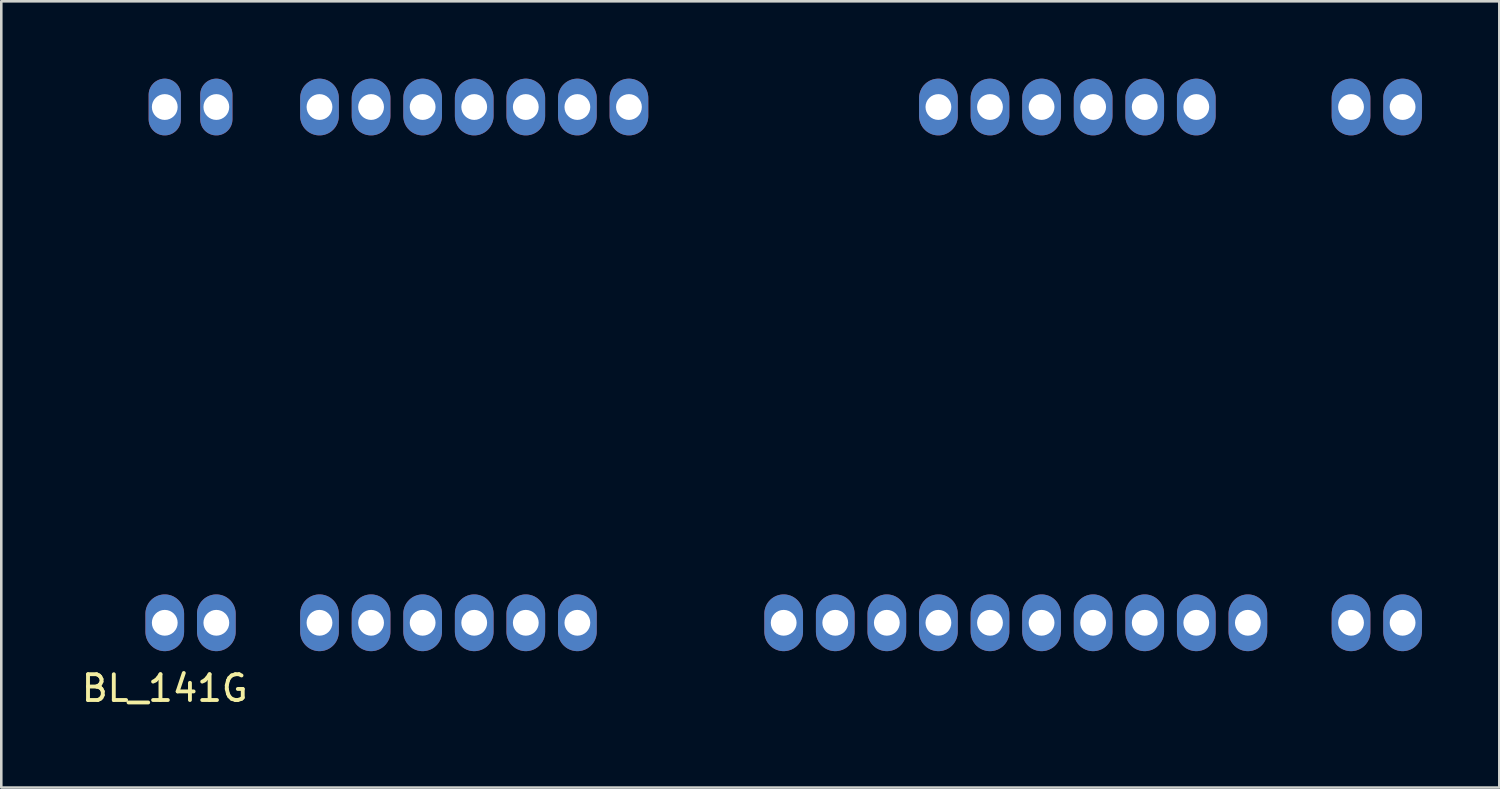
<source format=kicad_pcb>
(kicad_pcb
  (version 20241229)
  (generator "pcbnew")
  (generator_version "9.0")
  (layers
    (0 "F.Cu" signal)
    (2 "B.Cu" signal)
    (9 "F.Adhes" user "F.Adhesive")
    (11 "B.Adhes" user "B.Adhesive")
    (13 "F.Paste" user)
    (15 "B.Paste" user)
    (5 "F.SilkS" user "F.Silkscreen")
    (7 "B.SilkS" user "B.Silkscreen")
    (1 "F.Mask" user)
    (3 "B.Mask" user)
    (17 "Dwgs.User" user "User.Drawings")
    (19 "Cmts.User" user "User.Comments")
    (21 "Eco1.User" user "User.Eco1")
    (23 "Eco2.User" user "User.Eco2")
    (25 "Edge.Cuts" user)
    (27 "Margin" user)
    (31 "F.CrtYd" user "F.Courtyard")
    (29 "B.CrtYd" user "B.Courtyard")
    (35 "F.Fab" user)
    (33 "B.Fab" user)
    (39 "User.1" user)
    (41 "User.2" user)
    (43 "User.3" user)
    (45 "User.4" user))
  (footprint "BL_141G"
    (layer "F.Cu")
    (at 3.339 21.1)
    (property "Reference" "BL_141G" (at 0 2.54 0) (layer "F.SilkS") (effects (font (size 1 1) (thickness 0.15))))
    (attr through_hole)
    (pad "1" thru_hole oval (at 0 0) (size 1.5 2.2) (drill 1) (layers "*.Cu" "*.Mask"))
    (pad "2" thru_hole oval (at 2 0) (size 1.5 2.2) (drill 1) (layers "*.Cu" "*.Mask"))
    (pad "3" thru_hole oval (at 6 0) (size 1.5 2.2) (drill 1) (layers "*.Cu" "*.Mask"))
    (pad "4" thru_hole oval (at 8 0) (size 1.5 2.2) (drill 1) (layers "*.Cu" "*.Mask"))
    (pad "5" thru_hole oval (at 10 0) (size 1.5 2.2) (drill 1) (layers "*.Cu" "*.Mask"))
    (pad "6" thru_hole oval (at 12 0) (size 1.5 2.2) (drill 1) (layers "*.Cu" "*.Mask"))
    (pad "7" thru_hole oval (at 14 0) (size 1.5 2.2) (drill 1) (layers "*.Cu" "*.Mask"))
    (pad "8" thru_hole oval (at 16 0) (size 1.5 2.2) (drill 1) (layers "*.Cu" "*.Mask"))
    (pad "9" thru_hole oval (at 24 0) (size 1.5 2.2) (drill 1) (layers "*.Cu" "*.Mask"))
    (pad "10" thru_hole oval (at 26 0) (size 1.5 2.2) (drill 1) (layers "*.Cu" "*.Mask"))
    (pad "11" thru_hole oval (at 28 0) (size 1.5 2.2) (drill 1) (layers "*.Cu" "*.Mask"))
    (pad "12" thru_hole oval (at 30 0) (size 1.5 2.2) (drill 1) (layers "*.Cu" "*.Mask"))
    (pad "13" thru_hole oval (at 32 0) (size 1.5 2.2) (drill 1) (layers "*.Cu" "*.Mask"))
    (pad "14" thru_hole oval (at 34 0) (size 1.5 2.2) (drill 1) (layers "*.Cu" "*.Mask"))
    (pad "15" thru_hole oval (at 36 0) (size 1.5 2.2) (drill 1) (layers "*.Cu" "*.Mask"))
    (pad "16" thru_hole oval (at 38 0) (size 1.5 2.2) (drill 1) (layers "*.Cu" "*.Mask"))
    (pad "17" thru_hole oval (at 40 0) (size 1.5 2.2) (drill 1) (layers "*.Cu" "*.Mask"))
    (pad "18" thru_hole oval (at 42 0) (size 1.5 2.2) (drill 1) (layers "*.Cu" "*.Mask"))
    (pad "19" thru_hole oval (at 48 0) (size 1.5 2.2) (drill 1) (layers "*.Cu" "*.Mask"))
    (pad "20" thru_hole oval (at 46 0) (size 1.5 2.2) (drill 1) (layers "*.Cu" "*.Mask"))
    (pad "21" thru_hole oval (at 48 -20) (size 1.5 2.2) (drill 1) (layers "*.Cu" "*.Mask"))
    (pad "22" thru_hole oval (at 46 -20) (size 1.5 2.2) (drill 1) (layers "*.Cu" "*.Mask"))
    (pad "23" thru_hole oval (at 40 -20) (size 1.5 2.2) (drill 1) (layers "*.Cu" "*.Mask"))
    (pad "24" thru_hole oval (at 38 -20) (size 1.5 2.2) (drill 1) (layers "*.Cu" "*.Mask"))
    (pad "25" thru_hole oval (at 36 -20) (size 1.5 2.2) (drill 1) (layers "*.Cu" "*.Mask"))
    (pad "26" thru_hole oval (at 34 -20) (size 1.5 2.2) (drill 1) (layers "*.Cu" "*.Mask"))
    (pad "27" thru_hole oval (at 32 -20) (size 1.5 2.2) (drill 1) (layers "*.Cu" "*.Mask"))
    (pad "28" thru_hole oval (at 30 -20) (size 1.5 2.2) (drill 1) (layers "*.Cu" "*.Mask"))
    (pad "29" thru_hole oval (at 18 -20) (size 1.5 2.2) (drill 1) (layers "*.Cu" "*.Mask"))
    (pad "30" thru_hole oval (at 16 -20) (size 1.5 2.2) (drill 1) (layers "*.Cu" "*.Mask"))
    (pad "31" thru_hole oval (at 14 -20) (size 1.5 2.2) (drill 1) (layers "*.Cu" "*.Mask"))
    (pad "32" thru_hole oval (at 12 -20) (size 1.5 2.2) (drill 1) (layers "*.Cu" "*.Mask"))
    (pad "33" thru_hole oval (at 10 -20) (size 1.5 2.2) (drill 1) (layers "*.Cu" "*.Mask"))
    (pad "34" thru_hole oval (at 8 -20) (size 1.5 2.2) (drill 1) (layers "*.Cu" "*.Mask"))
    (pad "35" thru_hole oval (at 6 -20) (size 1.5 2.2) (drill 1) (layers "*.Cu" "*.Mask"))
    (pad "36" thru_hole oval (at 2 -20) (size 1.25 2.2) (drill 1) (layers "*.Cu" "*.Mask"))
    (pad "37" thru_hole oval (at 0 -20) (size 1.25 2.2) (drill 1) (layers "*.Cu" "*.Mask")))
  (gr_rect
    (start -3 -3)
    (end 55.089 27.488)
    (stroke (width 0.1) (type default))
    (fill no)
    (layer "Edge.Cuts")))
</source>
